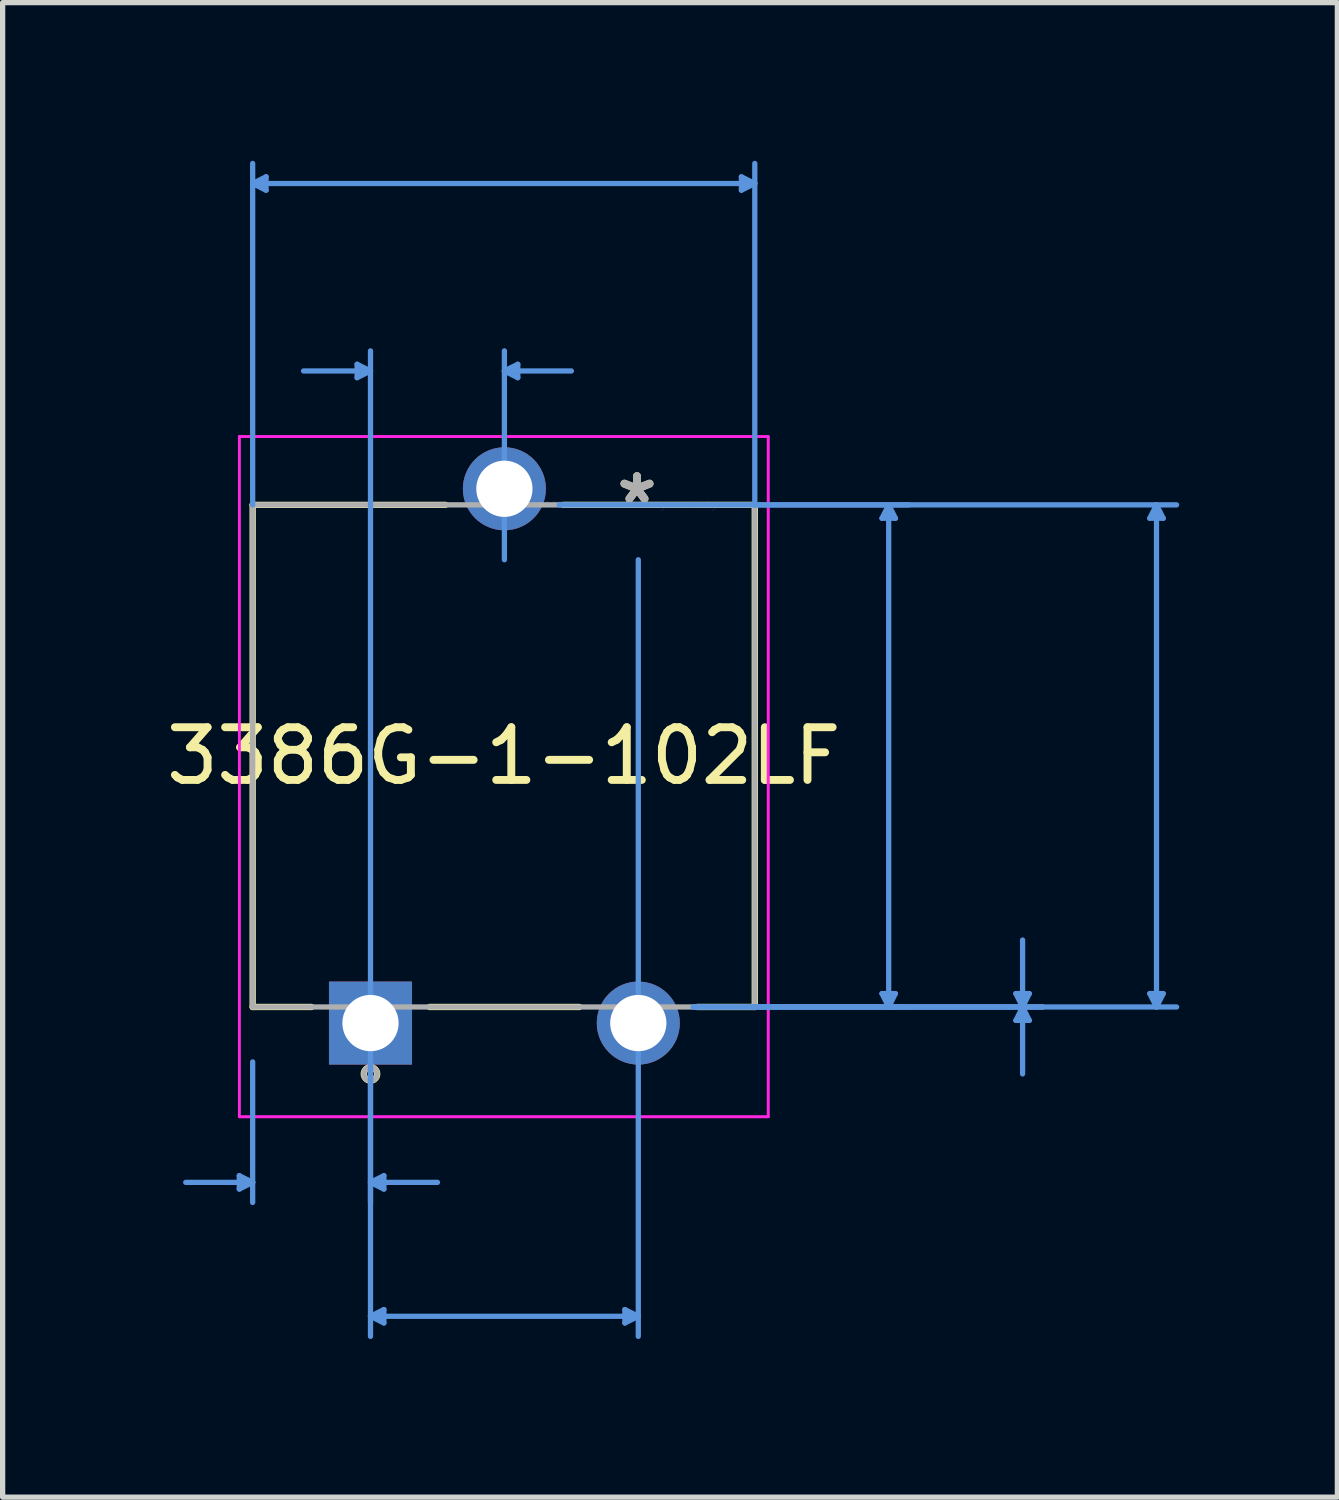
<source format=kicad_pcb>
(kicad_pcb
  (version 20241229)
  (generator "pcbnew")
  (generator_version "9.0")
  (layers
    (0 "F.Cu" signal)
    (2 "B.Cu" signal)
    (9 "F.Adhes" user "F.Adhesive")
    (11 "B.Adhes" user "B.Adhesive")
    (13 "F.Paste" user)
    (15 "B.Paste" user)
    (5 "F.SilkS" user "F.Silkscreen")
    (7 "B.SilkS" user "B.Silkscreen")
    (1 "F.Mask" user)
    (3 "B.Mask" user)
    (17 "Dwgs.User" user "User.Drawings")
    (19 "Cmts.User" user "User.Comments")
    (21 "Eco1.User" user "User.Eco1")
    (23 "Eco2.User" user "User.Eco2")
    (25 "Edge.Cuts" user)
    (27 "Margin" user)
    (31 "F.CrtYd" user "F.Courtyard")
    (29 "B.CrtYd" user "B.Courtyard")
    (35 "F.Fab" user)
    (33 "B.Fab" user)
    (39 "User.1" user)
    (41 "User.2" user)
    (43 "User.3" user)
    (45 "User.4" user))
  (footprint "3386G-1-102LF"
    (layer "F.Cu")
    (at 9.033 6.527)
    (property "Reference" "3386G-1-102LF" (at -2.527 4.763 0) (layer "F.SilkS") (effects (font (size 1 1) (thickness 0.15))))
    (attr through_hole)
    (fp_line (start -7.29 0) (end -7.29 9.525) (stroke (width 0.12) (type solid)) (layer "F.SilkS"))
    (fp_line (start -7.29 9.525) (end -6.175 9.525) (stroke (width 0.12) (type solid)) (layer "F.SilkS"))
    (fp_line (start -3.934 9.525) (end -1.095 9.525) (stroke (width 0.12) (type solid)) (layer "F.SilkS"))
    (fp_line (start -3.635 0) (end -7.29 0) (stroke (width 0.12) (type solid)) (layer "F.SilkS"))
    (fp_line (start 1.146 9.525) (end 2.235 9.525) (stroke (width 0.12) (type solid)) (layer "F.SilkS"))
    (fp_line (start 2.235 0) (end -1.394 0) (stroke (width 0.12) (type solid)) (layer "F.SilkS"))
    (fp_line (start 2.235 9.525) (end 2.235 0) (stroke (width 0.12) (type solid)) (layer "F.SilkS"))
    (fp_circle (center -5.055 10.795) (end -4.928 10.795) (stroke (width 0.12) (type solid)) (fill no) (layer "F.SilkS"))
    (fp_line (start -7.544 12.725) (end -7.544 12.979) (stroke (width 0.1) (type solid)) (layer "Cmts.User"))
    (fp_line (start -7.29 -6.096) (end -7.036 -6.223) (stroke (width 0.1) (type solid)) (layer "Cmts.User"))
    (fp_line (start -7.29 -6.096) (end -7.036 -5.969) (stroke (width 0.1) (type solid)) (layer "Cmts.User"))
    (fp_line (start -7.29 -6.096) (end 2.235 -6.096) (stroke (width 0.1) (type solid)) (layer "Cmts.User"))
    (fp_line (start -7.29 0) (end -7.29 -6.477) (stroke (width 0.1) (type solid)) (layer "Cmts.User"))
    (fp_line (start -7.29 10.566) (end -7.29 13.233) (stroke (width 0.1) (type solid)) (layer "Cmts.User"))
    (fp_line (start -7.29 12.852) (end -8.56 12.852) (stroke (width 0.1) (type solid)) (layer "Cmts.User"))
    (fp_line (start -7.29 12.852) (end -7.544 12.725) (stroke (width 0.1) (type solid)) (layer "Cmts.User"))
    (fp_line (start -7.29 12.852) (end -7.544 12.979) (stroke (width 0.1) (type solid)) (layer "Cmts.User"))
    (fp_line (start -7.036 -6.223) (end -7.036 -5.969) (stroke (width 0.1) (type solid)) (layer "Cmts.User"))
    (fp_line (start -5.309 -2.667) (end -5.309 -2.413) (stroke (width 0.1) (type solid)) (layer "Cmts.User"))
    (fp_line (start -5.055 -2.54) (end -6.325 -2.54) (stroke (width 0.1) (type solid)) (layer "Cmts.User"))
    (fp_line (start -5.055 -2.54) (end -5.309 -2.667) (stroke (width 0.1) (type solid)) (layer "Cmts.User"))
    (fp_line (start -5.055 -2.54) (end -5.309 -2.413) (stroke (width 0.1) (type solid)) (layer "Cmts.User"))
    (fp_line (start -5.055 10.566) (end -5.055 -2.921) (stroke (width 0.1) (type solid)) (layer "Cmts.User"))
    (fp_line (start -5.055 10.566) (end -5.055 13.233) (stroke (width 0.1) (type solid)) (layer "Cmts.User"))
    (fp_line (start -5.055 10.566) (end -5.055 15.773) (stroke (width 0.1) (type solid)) (layer "Cmts.User"))
    (fp_line (start -5.055 12.852) (end -4.801 12.725) (stroke (width 0.1) (type solid)) (layer "Cmts.User"))
    (fp_line (start -5.055 12.852) (end -4.801 12.979) (stroke (width 0.1) (type solid)) (layer "Cmts.User"))
    (fp_line (start -5.055 12.852) (end -3.785 12.852) (stroke (width 0.1) (type solid)) (layer "Cmts.User"))
    (fp_line (start -5.055 15.392) (end -4.801 15.265) (stroke (width 0.1) (type solid)) (layer "Cmts.User"))
    (fp_line (start -5.055 15.392) (end -4.801 15.519) (stroke (width 0.1) (type solid)) (layer "Cmts.User"))
    (fp_line (start -5.055 15.392) (end 0.025 15.392) (stroke (width 0.1) (type solid)) (layer "Cmts.User"))
    (fp_line (start -4.801 12.725) (end -4.801 12.979) (stroke (width 0.1) (type solid)) (layer "Cmts.User"))
    (fp_line (start -4.801 15.265) (end -4.801 15.519) (stroke (width 0.1) (type solid)) (layer "Cmts.User"))
    (fp_line (start -2.515 -2.54) (end -2.261 -2.667) (stroke (width 0.1) (type solid)) (layer "Cmts.User"))
    (fp_line (start -2.515 -2.54) (end -2.261 -2.413) (stroke (width 0.1) (type solid)) (layer "Cmts.User"))
    (fp_line (start -2.515 -2.54) (end -1.245 -2.54) (stroke (width 0.1) (type solid)) (layer "Cmts.User"))
    (fp_line (start -2.515 1.041) (end -2.515 -2.921) (stroke (width 0.1) (type solid)) (layer "Cmts.User"))
    (fp_line (start -2.261 -2.667) (end -2.261 -2.413) (stroke (width 0.1) (type solid)) (layer "Cmts.User"))
    (fp_line (start -1.473 0) (end 5.156 0) (stroke (width 0.1) (type solid)) (layer "Cmts.User"))
    (fp_line (start -0.229 15.265) (end -0.229 15.519) (stroke (width 0.1) (type solid)) (layer "Cmts.User"))
    (fp_line (start 0.025 1.041) (end 0.025 15.773) (stroke (width 0.1) (type solid)) (layer "Cmts.User"))
    (fp_line (start 0.025 15.392) (end -0.229 15.265) (stroke (width 0.1) (type solid)) (layer "Cmts.User"))
    (fp_line (start 0.025 15.392) (end -0.229 15.519) (stroke (width 0.1) (type solid)) (layer "Cmts.User"))
    (fp_line (start 1.067 9.525) (end 5.156 9.525) (stroke (width 0.1) (type solid)) (layer "Cmts.User"))
    (fp_line (start 1.067 9.525) (end 7.696 9.525) (stroke (width 0.1) (type solid)) (layer "Cmts.User"))
    (fp_line (start 1.981 -6.223) (end 1.981 -5.969) (stroke (width 0.1) (type solid)) (layer "Cmts.User"))
    (fp_line (start 2.235 -6.096) (end 1.981 -6.223) (stroke (width 0.1) (type solid)) (layer "Cmts.User"))
    (fp_line (start 2.235 -6.096) (end 1.981 -5.969) (stroke (width 0.1) (type solid)) (layer "Cmts.User"))
    (fp_line (start 2.235 0) (end 2.235 -6.477) (stroke (width 0.1) (type solid)) (layer "Cmts.User"))
    (fp_line (start 2.235 0) (end 10.236 0) (stroke (width 0.1) (type solid)) (layer "Cmts.User"))
    (fp_line (start 2.235 9.525) (end 7.696 9.525) (stroke (width 0.1) (type solid)) (layer "Cmts.User"))
    (fp_line (start 2.235 9.525) (end 10.236 9.525) (stroke (width 0.1) (type solid)) (layer "Cmts.User"))
    (fp_line (start 4.648 0.254) (end 4.902 0.254) (stroke (width 0.1) (type solid)) (layer "Cmts.User"))
    (fp_line (start 4.648 9.271) (end 4.902 9.271) (stroke (width 0.1) (type solid)) (layer "Cmts.User"))
    (fp_line (start 4.775 0) (end 4.648 0.254) (stroke (width 0.1) (type solid)) (layer "Cmts.User"))
    (fp_line (start 4.775 0) (end 4.775 9.525) (stroke (width 0.1) (type solid)) (layer "Cmts.User"))
    (fp_line (start 4.775 0) (end 4.902 0.254) (stroke (width 0.1) (type solid)) (layer "Cmts.User"))
    (fp_line (start 4.775 9.525) (end 4.648 9.271) (stroke (width 0.1) (type solid)) (layer "Cmts.User"))
    (fp_line (start 4.775 9.525) (end 4.902 9.271) (stroke (width 0.1) (type solid)) (layer "Cmts.User"))
    (fp_line (start 7.188 9.271) (end 7.442 9.271) (stroke (width 0.1) (type solid)) (layer "Cmts.User"))
    (fp_line (start 7.188 9.779) (end 7.442 9.779) (stroke (width 0.1) (type solid)) (layer "Cmts.User"))
    (fp_line (start 7.315 9.525) (end 7.188 9.271) (stroke (width 0.1) (type solid)) (layer "Cmts.User"))
    (fp_line (start 7.315 9.525) (end 7.188 9.779) (stroke (width 0.1) (type solid)) (layer "Cmts.User"))
    (fp_line (start 7.315 9.525) (end 7.315 8.255) (stroke (width 0.1) (type solid)) (layer "Cmts.User"))
    (fp_line (start 7.315 9.525) (end 7.315 10.795) (stroke (width 0.1) (type solid)) (layer "Cmts.User"))
    (fp_line (start 7.315 9.525) (end 7.442 9.271) (stroke (width 0.1) (type solid)) (layer "Cmts.User"))
    (fp_line (start 7.315 9.525) (end 7.442 9.779) (stroke (width 0.1) (type solid)) (layer "Cmts.User"))
    (fp_line (start 9.728 0.254) (end 9.982 0.254) (stroke (width 0.1) (type solid)) (layer "Cmts.User"))
    (fp_line (start 9.728 9.271) (end 9.982 9.271) (stroke (width 0.1) (type solid)) (layer "Cmts.User"))
    (fp_line (start 9.855 0) (end 9.728 0.254) (stroke (width 0.1) (type solid)) (layer "Cmts.User"))
    (fp_line (start 9.855 0) (end 9.855 9.525) (stroke (width 0.1) (type solid)) (layer "Cmts.User"))
    (fp_line (start 9.855 0) (end 9.982 0.254) (stroke (width 0.1) (type solid)) (layer "Cmts.User"))
    (fp_line (start 9.855 9.525) (end 9.728 9.271) (stroke (width 0.1) (type solid)) (layer "Cmts.User"))
    (fp_line (start 9.855 9.525) (end 9.982 9.271) (stroke (width 0.1) (type solid)) (layer "Cmts.User"))
    (fp_line (start -7.544 -1.295) (end 2.489 -1.295) (stroke (width 0.05) (type solid)) (layer "F.CrtYd"))
    (fp_line (start -7.544 -1.295) (end 2.489 -1.295) (stroke (width 0.05) (type solid)) (layer "F.CrtYd"))
    (fp_line (start -7.544 11.608) (end -7.544 -1.295) (stroke (width 0.05) (type solid)) (layer "F.CrtYd"))
    (fp_line (start -7.544 11.608) (end -7.544 -1.295) (stroke (width 0.05) (type solid)) (layer "F.CrtYd"))
    (fp_line (start 2.489 -1.295) (end 2.489 11.608) (stroke (width 0.05) (type solid)) (layer "F.CrtYd"))
    (fp_line (start 2.489 -1.295) (end 2.489 11.608) (stroke (width 0.05) (type solid)) (layer "F.CrtYd"))
    (fp_line (start 2.489 11.608) (end -7.544 11.608) (stroke (width 0.05) (type solid)) (layer "F.CrtYd"))
    (fp_line (start 2.489 11.608) (end -7.544 11.608) (stroke (width 0.05) (type solid)) (layer "F.CrtYd"))
    (fp_line (start -7.29 0) (end -7.29 9.525) (stroke (width 0.1) (type solid)) (layer "F.Fab"))
    (fp_line (start -7.29 9.525) (end 2.235 9.525) (stroke (width 0.1) (type solid)) (layer "F.Fab"))
    (fp_line (start 2.235 0) (end -7.29 0) (stroke (width 0.1) (type solid)) (layer "F.Fab"))
    (fp_line (start 2.235 9.525) (end 2.235 0) (stroke (width 0.1) (type solid)) (layer "F.Fab"))
    (fp_circle (center -5.055 10.795) (end -4.928 10.795) (stroke (width 0.1) (type solid)) (fill no) (layer "F.Fab"))
    (fp_text user "*" (at 0 0 0) (layer "F.SilkS") (effects (font (size 1 1) (thickness 0.15))))
    (fp_text user "Copyright 2021 Accelerated Designs. All rights reserved." (at 0 0 0) (layer "Cmts.User") (effects (font (size 0.127 0.127) (thickness 0.002))))
    (fp_text user "*" (at 0 0 0) (layer "F.Fab") (effects (font (size 1 1) (thickness 0.15))))
    (pad "1" thru_hole rect (at -5.055 9.83) (size 1.575 1.575) (drill 1.067) (layers "*.Cu" "*.Mask"))
    (pad "2" thru_hole circle (at -2.515 -0.305) (size 1.575 1.575) (drill 1.067) (layers "*.Cu" "*.Mask"))
    (pad "3" thru_hole circle (at 0.025 9.83) (size 1.575 1.575) (drill 1.067) (layers "*.Cu" "*.Mask")))
  (gr_rect
    (start -3 -3)
    (end 22.319 25.35)
    (stroke (width 0.1) (type default))
    (fill no)
    (layer "Edge.Cuts")))
</source>
